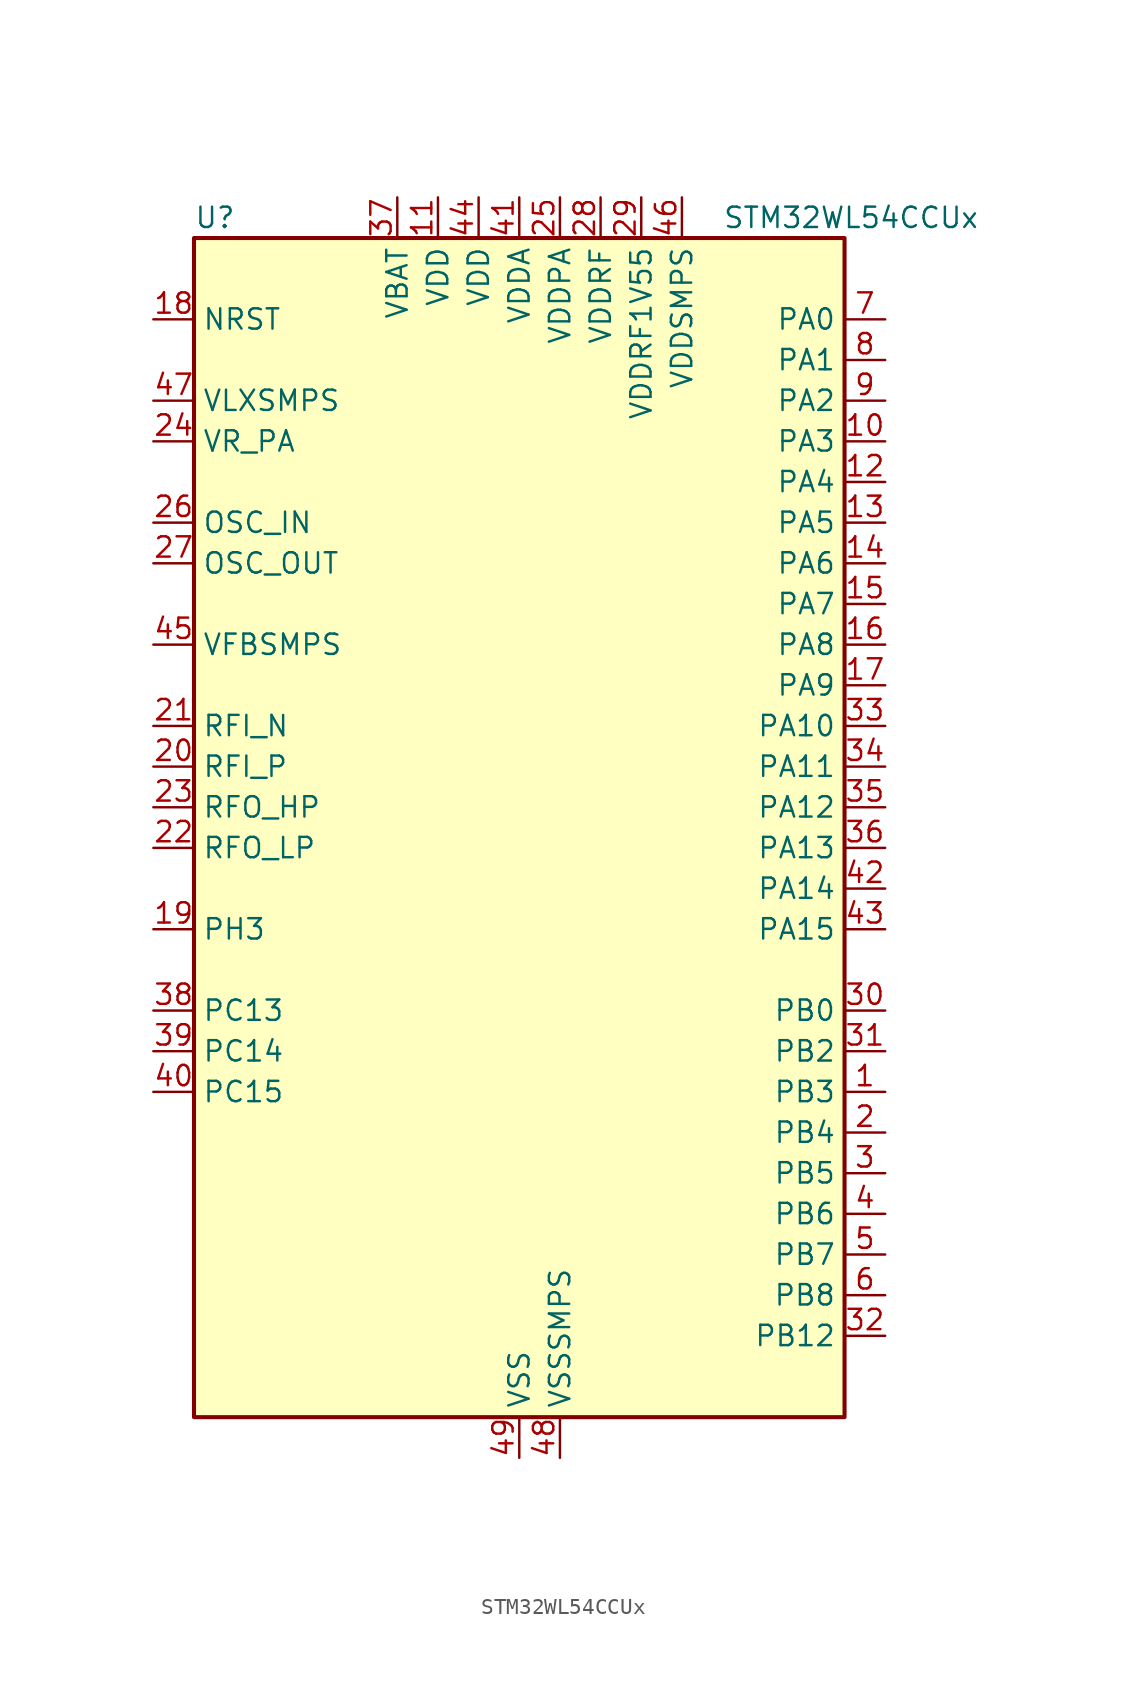
<source format=kicad_sym>
(kicad_symbol_lib
  (version 20241209)
  (generator "kicad_symbol_editor")
  (generator_version "9.0")
  (symbol "STM32WL54CCUx"
    (property "Reference" "U"
      (at -20.32 39.37 0)
      (effects (font (size 1.27 1.27)) (justify left)))
    (property "Value" "STM32WL54CCUx"
      (at 12.7 39.37 0)
      (effects (font (size 1.27 1.27)) (justify left)))
    (symbol "STM32WL54CCUx_0_1"
      (rectangle (start -20.32 -35.56) (end 20.32 38.1) (stroke (width 0.254) (type default)) (fill (type background))))
    (symbol "STM32WL54CCUx_1_1"
      (pin input line (at -22.86 33.02 0) (length 2.54) (name "NRST" (effects (font (size 1.27 1.27)))) (number "18" (effects (font (size 1.27 1.27)))))
      (pin power_in line (at -22.86 27.94 0) (length 2.54) (name "VLXSMPS" (effects (font (size 1.27 1.27)))) (number "47" (effects (font (size 1.27 1.27)))))
      (pin power_in line (at -22.86 25.4 0) (length 2.54) (name "VR_PA" (effects (font (size 1.27 1.27)))) (number "24" (effects (font (size 1.27 1.27)))))
      (pin input line (at -22.86 20.32 0) (length 2.54) (name "OSC_IN" (effects (font (size 1.27 1.27)))) (number "26" (effects (font (size 1.27 1.27)))) (alternate "RCC_OSC_IN" bidirectional line))
      (pin input line (at -22.86 17.78 0) (length 2.54) (name "OSC_OUT" (effects (font (size 1.27 1.27)))) (number "27" (effects (font (size 1.27 1.27)))) (alternate "RCC_OSC_OUT" bidirectional line))
      (pin input line (at -22.86 12.7 0) (length 2.54) (name "VFBSMPS" (effects (font (size 1.27 1.27)))) (number "45" (effects (font (size 1.27 1.27)))))
      (pin bidirectional line (at -22.86 7.62 0) (length 2.54) (name "RFI_N" (effects (font (size 1.27 1.27)))) (number "21" (effects (font (size 1.27 1.27)))))
      (pin bidirectional line (at -22.86 5.08 0) (length 2.54) (name "RFI_P" (effects (font (size 1.27 1.27)))) (number "20" (effects (font (size 1.27 1.27)))))
      (pin bidirectional line (at -22.86 2.54 0) (length 2.54) (name "RFO_HP" (effects (font (size 1.27 1.27)))) (number "23" (effects (font (size 1.27 1.27)))))
      (pin bidirectional line (at -22.86 0 0) (length 2.54) (name "RFO_LP" (effects (font (size 1.27 1.27)))) (number "22" (effects (font (size 1.27 1.27)))))
      (pin bidirectional line (at -22.86 -5.08 0) (length 2.54) (name "PH3" (effects (font (size 1.27 1.27)))) (number "19" (effects (font (size 1.27 1.27)))))
      (pin bidirectional line (at -22.86 -10.16 0) (length 2.54) (name "PC13" (effects (font (size 1.27 1.27)))) (number "38" (effects (font (size 1.27 1.27)))) (alternate "PWR_WKUP2" bidirectional line) (alternate "RTC_OUT1" bidirectional line) (alternate "RTC_TAMP_IN1" bidirectional line) (alternate "RTC_TS" bidirectional line))
      (pin bidirectional line (at -22.86 -12.7 0) (length 2.54) (name "PC14" (effects (font (size 1.27 1.27)))) (number "39" (effects (font (size 1.27 1.27)))) (alternate "RCC_OSC32_IN" bidirectional line))
      (pin bidirectional line (at -22.86 -15.24 0) (length 2.54) (name "PC15" (effects (font (size 1.27 1.27)))) (number "40" (effects (font (size 1.27 1.27)))) (alternate "RCC_OSC32_OUT" bidirectional line))
      (pin power_in line (at -7.62 40.64 270) (length 2.54) (name "VBAT" (effects (font (size 1.27 1.27)))) (number "37" (effects (font (size 1.27 1.27)))))
      (pin power_in line (at -5.08 40.64 270) (length 2.54) (name "VDD" (effects (font (size 1.27 1.27)))) (number "11" (effects (font (size 1.27 1.27)))))
      (pin power_in line (at -2.54 40.64 270) (length 2.54) (name "VDD" (effects (font (size 1.27 1.27)))) (number "44" (effects (font (size 1.27 1.27)))))
      (pin power_in line (at 0 40.64 270) (length 2.54) (name "VDDA" (effects (font (size 1.27 1.27)))) (number "41" (effects (font (size 1.27 1.27)))))
      (pin power_in line (at 0 -38.1 90) (length 2.54) (name "VSS" (effects (font (size 1.27 1.27)))) (number "49" (effects (font (size 1.27 1.27)))))
      (pin power_in line (at 2.54 40.64 270) (length 2.54) (name "VDDPA" (effects (font (size 1.27 1.27)))) (number "25" (effects (font (size 1.27 1.27)))))
      (pin power_in line (at 2.54 -38.1 90) (length 2.54) (name "VSSSMPS" (effects (font (size 1.27 1.27)))) (number "48" (effects (font (size 1.27 1.27)))))
      (pin power_in line (at 5.08 40.64 270) (length 2.54) (name "VDDRF" (effects (font (size 1.27 1.27)))) (number "28" (effects (font (size 1.27 1.27)))))
      (pin power_in line (at 7.62 40.64 270) (length 2.54) (name "VDDRF1V55" (effects (font (size 1.27 1.27)))) (number "29" (effects (font (size 1.27 1.27)))))
      (pin power_in line (at 10.16 40.64 270) (length 2.54) (name "VDDSMPS" (effects (font (size 1.27 1.27)))) (number "46" (effects (font (size 1.27 1.27)))))
      (pin bidirectional line (at 22.86 33.02 180) (length 2.54) (name "PA0" (effects (font (size 1.27 1.27)))) (number "7" (effects (font (size 1.27 1.27)))) (alternate "COMP1_OUT" bidirectional line) (alternate "DEBUG_PWR-REGLP1S" bidirectional line) (alternate "I2C3_SMBA" bidirectional line) (alternate "I2S_CKIN" bidirectional line) (alternate "PWR_WKUP1" bidirectional line) (alternate "RTC_TAMP_IN2" bidirectional line) (alternate "TIM2_CH1" bidirectional line) (alternate "TIM2_ETR" bidirectional line) (alternate "USART2_CTS" bidirectional line) (alternate "USART2_NSS" bidirectional line))
      (pin bidirectional line (at 22.86 30.48 180) (length 2.54) (name "PA1" (effects (font (size 1.27 1.27)))) (number "8" (effects (font (size 1.27 1.27)))) (alternate "DEBUG_PWR-REGLP2S" bidirectional line) (alternate "I2C1_SMBA" bidirectional line) (alternate "LPTIM3_OUT" bidirectional line) (alternate "LPUART1_RTS" bidirectional line) (alternate "SPI1_SCK" bidirectional line) (alternate "TIM2_CH2" bidirectional line) (alternate "USART2_DE" bidirectional line) (alternate "USART2_RTS" bidirectional line))
      (pin bidirectional line (at 22.86 27.94 180) (length 2.54) (name "PA2" (effects (font (size 1.27 1.27)))) (number "9" (effects (font (size 1.27 1.27)))) (alternate "COMP2_OUT" bidirectional line) (alternate "DEBUG_PWR-LDORDY" bidirectional line) (alternate "LPUART1_TX" bidirectional line) (alternate "RCC_LSCO" bidirectional line) (alternate "TIM2_CH3" bidirectional line) (alternate "USART2_TX" bidirectional line))
      (pin bidirectional line (at 22.86 25.4 180) (length 2.54) (name "PA3" (effects (font (size 1.27 1.27)))) (number "10" (effects (font (size 1.27 1.27)))) (alternate "I2S2_MCK" bidirectional line) (alternate "LPUART1_RX" bidirectional line) (alternate "TIM2_CH4" bidirectional line) (alternate "USART2_RX" bidirectional line))
      (pin bidirectional line (at 22.86 22.86 180) (length 2.54) (name "PA4" (effects (font (size 1.27 1.27)))) (number "12" (effects (font (size 1.27 1.27)))) (alternate "DEBUG_SUBGHZSPI-NSSOUT" bidirectional line) (alternate "LPTIM1_OUT" bidirectional line) (alternate "LPTIM2_OUT" bidirectional line) (alternate "RTC_OUT2" bidirectional line) (alternate "SPI1_NSS" bidirectional line) (alternate "USART2_CK" bidirectional line))
      (pin bidirectional line (at 22.86 20.32 180) (length 2.54) (name "PA5" (effects (font (size 1.27 1.27)))) (number "13" (effects (font (size 1.27 1.27)))) (alternate "DEBUG_SUBGHZSPI-SCKOUT" bidirectional line) (alternate "LPTIM2_ETR" bidirectional line) (alternate "SPI1_SCK" bidirectional line) (alternate "SPI2_MISO" bidirectional line) (alternate "TIM2_CH1" bidirectional line) (alternate "TIM2_ETR" bidirectional line))
      (pin bidirectional line (at 22.86 17.78 180) (length 2.54) (name "PA6" (effects (font (size 1.27 1.27)))) (number "14" (effects (font (size 1.27 1.27)))) (alternate "DEBUG_SUBGHZSPI-MISOOUT" bidirectional line) (alternate "I2C2_SMBA" bidirectional line) (alternate "LPUART1_CTS" bidirectional line) (alternate "SPI1_MISO" bidirectional line) (alternate "TIM16_CH1" bidirectional line) (alternate "TIM1_BKIN" bidirectional line))
      (pin bidirectional line (at 22.86 15.24 180) (length 2.54) (name "PA7" (effects (font (size 1.27 1.27)))) (number "15" (effects (font (size 1.27 1.27)))) (alternate "COMP2_OUT" bidirectional line) (alternate "DEBUG_SUBGHZSPI-MOSIOUT" bidirectional line) (alternate "I2C3_SCL" bidirectional line) (alternate "SPI1_MOSI" bidirectional line) (alternate "TIM17_CH1" bidirectional line) (alternate "TIM1_CH1N" bidirectional line))
      (pin bidirectional line (at 22.86 12.7 180) (length 2.54) (name "PA8" (effects (font (size 1.27 1.27)))) (number "16" (effects (font (size 1.27 1.27)))) (alternate "I2S2_CK" bidirectional line) (alternate "LPTIM2_OUT" bidirectional line) (alternate "RCC_MCO" bidirectional line) (alternate "SPI2_SCK" bidirectional line) (alternate "TIM1_CH1" bidirectional line) (alternate "USART1_CK" bidirectional line))
      (pin bidirectional line (at 22.86 10.16 180) (length 2.54) (name "PA9" (effects (font (size 1.27 1.27)))) (number "17" (effects (font (size 1.27 1.27)))) (alternate "DAC_EXTI9" bidirectional line) (alternate "I2C1_SCL" bidirectional line) (alternate "I2S2_CK" bidirectional line) (alternate "I2S2_WS" bidirectional line) (alternate "SPI2_NSS" bidirectional line) (alternate "SPI2_SCK" bidirectional line) (alternate "TIM1_CH2" bidirectional line) (alternate "USART1_TX" bidirectional line))
      (pin bidirectional line (at 22.86 7.62 180) (length 2.54) (name "PA10" (effects (font (size 1.27 1.27)))) (number "33" (effects (font (size 1.27 1.27)))) (alternate "ADC_IN6" bidirectional line) (alternate "COMP1_INM" bidirectional line) (alternate "COMP2_INM" bidirectional line) (alternate "DAC_OUT1" bidirectional line) (alternate "DEBUG_RF-HSE32RDY" bidirectional line) (alternate "I2C1_SDA" bidirectional line) (alternate "I2S2_SD" bidirectional line) (alternate "RTC_REFIN" bidirectional line) (alternate "SPI2_MOSI" bidirectional line) (alternate "TIM17_BKIN" bidirectional line) (alternate "TIM1_CH3" bidirectional line) (alternate "USART1_RX" bidirectional line))
      (pin bidirectional line (at 22.86 5.08 180) (length 2.54) (name "PA11" (effects (font (size 1.27 1.27)))) (number "34" (effects (font (size 1.27 1.27)))) (alternate "ADC_EXTI11" bidirectional line) (alternate "ADC_IN7" bidirectional line) (alternate "COMP1_INM" bidirectional line) (alternate "COMP2_INM" bidirectional line) (alternate "DEBUG_RF-NRESET" bidirectional line) (alternate "I2C2_SDA" bidirectional line) (alternate "LPTIM3_ETR" bidirectional line) (alternate "SPI1_MISO" bidirectional line) (alternate "TIM1_BKIN2" bidirectional line) (alternate "TIM1_CH4" bidirectional line) (alternate "USART1_CTS" bidirectional line) (alternate "USART1_NSS" bidirectional line))
      (pin bidirectional line (at 22.86 2.54 180) (length 2.54) (name "PA12" (effects (font (size 1.27 1.27)))) (number "35" (effects (font (size 1.27 1.27)))) (alternate "ADC_IN8" bidirectional line) (alternate "DEBUG_RF-BUSY" bidirectional line) (alternate "I2C2_SCL" bidirectional line) (alternate "LPTIM3_IN1" bidirectional line) (alternate "SPI1_MOSI" bidirectional line) (alternate "TIM1_ETR" bidirectional line) (alternate "USART1_DE" bidirectional line) (alternate "USART1_RTS" bidirectional line))
      (pin bidirectional line (at 22.86 0 180) (length 2.54) (name "PA13" (effects (font (size 1.27 1.27)))) (number "36" (effects (font (size 1.27 1.27)))) (alternate "ADC_IN9" bidirectional line) (alternate "DEBUG_JTMS-SWDIO" bidirectional line) (alternate "I2C2_SMBA" bidirectional line) (alternate "IR_OUT" bidirectional line))
      (pin bidirectional line (at 22.86 -2.54 180) (length 2.54) (name "PA14" (effects (font (size 1.27 1.27)))) (number "42" (effects (font (size 1.27 1.27)))) (alternate "ADC_IN10" bidirectional line) (alternate "DEBUG_JTCK-SWCLK" bidirectional line) (alternate "I2C1_SMBA" bidirectional line) (alternate "LPTIM1_OUT" bidirectional line))
      (pin bidirectional line (at 22.86 -5.08 180) (length 2.54) (name "PA15" (effects (font (size 1.27 1.27)))) (number "43" (effects (font (size 1.27 1.27)))) (alternate "ADC_IN11" bidirectional line) (alternate "COMP1_INM" bidirectional line) (alternate "COMP2_INP" bidirectional line) (alternate "DEBUG_JTDI" bidirectional line) (alternate "I2C2_SDA" bidirectional line) (alternate "SPI1_NSS" bidirectional line) (alternate "TIM2_CH1" bidirectional line) (alternate "TIM2_ETR" bidirectional line))
      (pin bidirectional line (at 22.86 -10.16 180) (length 2.54) (name "PB0" (effects (font (size 1.27 1.27)))) (number "30" (effects (font (size 1.27 1.27)))) (alternate "COMP1_OUT" bidirectional line) (alternate "VDDTCXO" bidirectional line))
      (pin bidirectional line (at 22.86 -12.7 180) (length 2.54) (name "PB2" (effects (font (size 1.27 1.27)))) (number "31" (effects (font (size 1.27 1.27)))) (alternate "ADC_IN4" bidirectional line) (alternate "COMP1_INP" bidirectional line) (alternate "COMP2_INM" bidirectional line) (alternate "DEBUG_RF-SMPSRDY" bidirectional line) (alternate "I2C3_SMBA" bidirectional line) (alternate "LPTIM1_OUT" bidirectional line) (alternate "SPI1_NSS" bidirectional line))
      (pin bidirectional line (at 22.86 -15.24 180) (length 2.54) (name "PB3" (effects (font (size 1.27 1.27)))) (number "1" (effects (font (size 1.27 1.27)))) (alternate "ADC_IN2" bidirectional line) (alternate "COMP1_INM" bidirectional line) (alternate "COMP2_INM" bidirectional line) (alternate "DEBUG_JTDO-SWO" bidirectional line) (alternate "DEBUG_RF-DTB1" bidirectional line) (alternate "PWR_WKUP3" bidirectional line) (alternate "RTC_TAMP_IN3" bidirectional line) (alternate "SPI1_SCK" bidirectional line) (alternate "TIM2_CH2" bidirectional line) (alternate "USART1_DE" bidirectional line) (alternate "USART1_RTS" bidirectional line))
      (pin bidirectional line (at 22.86 -17.78 180) (length 2.54) (name "PB4" (effects (font (size 1.27 1.27)))) (number "2" (effects (font (size 1.27 1.27)))) (alternate "ADC_IN3" bidirectional line) (alternate "COMP1_INP" bidirectional line) (alternate "COMP2_INP" bidirectional line) (alternate "DEBUG_JTRST" bidirectional line) (alternate "DEBUG_RF-LDORDY" bidirectional line) (alternate "I2C3_SDA" bidirectional line) (alternate "SPI1_MISO" bidirectional line) (alternate "TIM17_BKIN" bidirectional line) (alternate "USART1_CTS" bidirectional line) (alternate "USART1_NSS" bidirectional line))
      (pin bidirectional line (at 22.86 -20.32 180) (length 2.54) (name "PB5" (effects (font (size 1.27 1.27)))) (number "3" (effects (font (size 1.27 1.27)))) (alternate "COMP2_OUT" bidirectional line) (alternate "I2C1_SMBA" bidirectional line) (alternate "LPTIM1_IN1" bidirectional line) (alternate "SPI1_MOSI" bidirectional line) (alternate "TIM16_BKIN" bidirectional line) (alternate "USART1_CK" bidirectional line))
      (pin bidirectional line (at 22.86 -22.86 180) (length 2.54) (name "PB6" (effects (font (size 1.27 1.27)))) (number "4" (effects (font (size 1.27 1.27)))) (alternate "I2C1_SCL" bidirectional line) (alternate "LPTIM1_ETR" bidirectional line) (alternate "TIM16_CH1N" bidirectional line) (alternate "USART1_TX" bidirectional line))
      (pin bidirectional line (at 22.86 -25.4 180) (length 2.54) (name "PB7" (effects (font (size 1.27 1.27)))) (number "5" (effects (font (size 1.27 1.27)))) (alternate "I2C1_SDA" bidirectional line) (alternate "LPTIM1_IN2" bidirectional line) (alternate "PWR_PVD_IN" bidirectional line) (alternate "TIM17_CH1N" bidirectional line) (alternate "TIM1_BKIN" bidirectional line) (alternate "USART1_RX" bidirectional line))
      (pin bidirectional line (at 22.86 -27.94 180) (length 2.54) (name "PB8" (effects (font (size 1.27 1.27)))) (number "6" (effects (font (size 1.27 1.27)))) (alternate "I2C1_SCL" bidirectional line) (alternate "TIM16_CH1" bidirectional line) (alternate "TIM1_CH2N" bidirectional line))
      (pin bidirectional line (at 22.86 -30.48 180) (length 2.54) (name "PB12" (effects (font (size 1.27 1.27)))) (number "32" (effects (font (size 1.27 1.27)))) (alternate "I2C3_SMBA" bidirectional line) (alternate "I2S2_WS" bidirectional line) (alternate "LPUART1_RTS" bidirectional line) (alternate "SPI2_NSS" bidirectional line) (alternate "TIM1_BKIN" bidirectional line)))))
</source>
